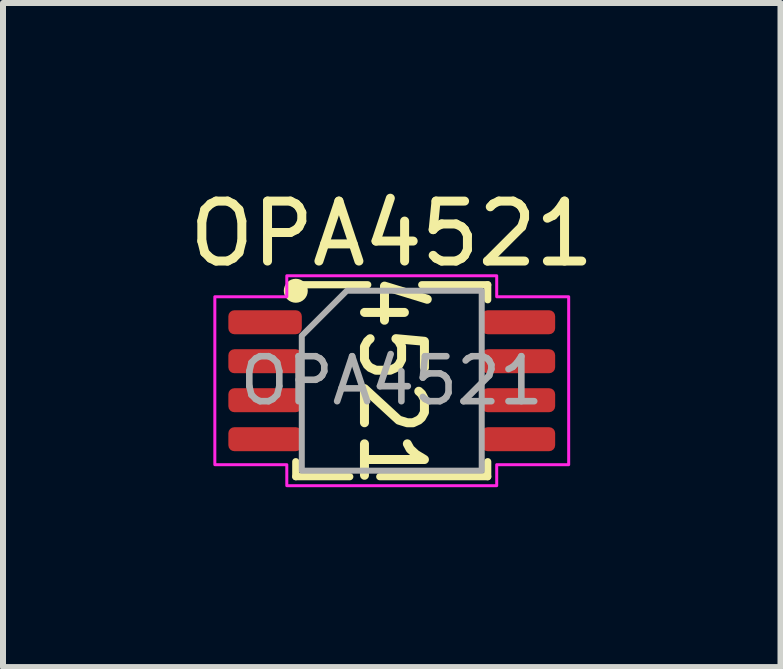
<source format=kicad_pcb>
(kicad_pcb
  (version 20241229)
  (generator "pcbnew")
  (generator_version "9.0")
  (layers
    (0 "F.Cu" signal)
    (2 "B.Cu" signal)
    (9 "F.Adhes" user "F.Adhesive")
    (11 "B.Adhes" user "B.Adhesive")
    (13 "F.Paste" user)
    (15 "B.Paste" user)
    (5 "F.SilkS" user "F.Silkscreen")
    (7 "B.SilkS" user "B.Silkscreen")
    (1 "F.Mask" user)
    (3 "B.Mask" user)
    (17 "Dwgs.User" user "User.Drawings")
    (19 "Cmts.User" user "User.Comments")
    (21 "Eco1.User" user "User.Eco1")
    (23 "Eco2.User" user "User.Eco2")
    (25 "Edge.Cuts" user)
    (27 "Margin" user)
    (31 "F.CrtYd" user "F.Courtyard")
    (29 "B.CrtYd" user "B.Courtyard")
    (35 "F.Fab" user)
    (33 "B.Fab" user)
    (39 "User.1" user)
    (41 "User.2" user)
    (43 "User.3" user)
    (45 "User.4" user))
  (footprint "OPA4521"
    (layer "F.Cu")
    (at 3.482 3.298)
    (property "Reference" "OPA4521" (at 0 -2.45 0) (layer "F.SilkS") (effects (font (size 1 1) (thickness 0.15))))
    (attr smd)
    (fp_line (start -1.6 -1.6) (end -0.4 -1.6) (stroke (width 0.12) (type solid)) (layer "F.SilkS"))
    (fp_line (start -1.6 1.6) (end -1.6 1.35) (stroke (width 0.12) (type solid)) (layer "F.SilkS"))
    (fp_line (start -0.7 1.6) (end -1.6 1.6) (stroke (width 0.12) (type solid)) (layer "F.SilkS"))
    (fp_line (start 0.5 -1.6) (end 1.6 -1.6) (stroke (width 0.12) (type solid)) (layer "F.SilkS"))
    (fp_line (start 1.6 -1.6) (end 1.6 -1.35) (stroke (width 0.12) (type solid)) (layer "F.SilkS"))
    (fp_line (start 1.6 1.35) (end 1.6 1.6) (stroke (width 0.12) (type solid)) (layer "F.SilkS"))
    (fp_line (start 1.6 1.6) (end -0.2 1.6) (stroke (width 0.12) (type solid)) (layer "F.SilkS"))
    (fp_circle (center -1.6 -1.5) (end -1.6 -1.3) (stroke (width 0) (type default)) (fill yes) (layer "F.SilkS"))
    (fp_poly (pts (xy -0.109 -1.651) (xy -0.107 -1.651) (xy -0.105 -1.65) (xy -0.099 -1.649) (xy 0.615 -1.43) (xy 0.628 -1.424) (xy 0.651 -1.405) (xy 0.665 -1.38) (xy 0.667 -1.351) (xy 0.659 -1.323) (xy 0.64 -1.3) (xy 0.614 -1.286) (xy 0.585 -1.283) (xy 0.571 -1.286) (xy -0.046 -1.476) (xy -0.046 -1.214) (xy 0.212 -1.214) (xy 0.226 -1.213) (xy 0.254 -1.201) (xy 0.274 -1.181) (xy 0.285 -1.154) (xy 0.285 -1.124) (xy 0.274 -1.097) (xy 0.254 -1.077) (xy 0.226 -1.065) (xy 0.212 -1.064) (xy -0.046 -1.064) (xy -0.046 -1.008) (xy -0.048 -0.993) (xy -0.059 -0.966) (xy -0.08 -0.945) (xy -0.107 -0.934) (xy -0.136 -0.934) (xy -0.163 -0.945) (xy -0.184 -0.966) (xy -0.195 -0.993) (xy -0.196 -1.008) (xy -0.196 -1.064) (xy -0.455 -1.064) (xy -0.469 -1.065) (xy -0.496 -1.077) (xy -0.517 -1.097) (xy -0.528 -1.124) (xy -0.528 -1.154) (xy -0.517 -1.181) (xy -0.496 -1.201) (xy -0.469 -1.213) (xy -0.455 -1.214) (xy -0.196 -1.214) (xy -0.196 -1.577) (xy -0.196 -1.583) (xy -0.196 -1.585) (xy -0.196 -1.586) (xy -0.195 -1.592) (xy -0.191 -1.602) (xy -0.188 -1.613) (xy -0.185 -1.615) (xy -0.184 -1.619) (xy -0.176 -1.627) (xy -0.169 -1.635) (xy -0.166 -1.637) (xy -0.163 -1.64) (xy -0.153 -1.644) (xy -0.143 -1.649) (xy -0.139 -1.649) (xy -0.136 -1.651) (xy -0.125 -1.651) (xy -0.114 -1.652)) (stroke (width 0) (type solid)) (fill yes) (layer "F.SilkS"))
    (fp_poly (pts (xy 0.294 0.985) (xy 0.317 1.003) (xy 0.325 1.016) (xy 0.367 1.092) (xy 0.448 1.167) (xy 0.584 1.25) (xy 0.586 1.252) (xy 0.587 1.252) (xy 0.588 1.253) (xy 0.596 1.259) (xy 0.601 1.266) (xy 0.608 1.273) (xy 0.61 1.278) (xy 0.613 1.283) (xy 0.615 1.291) (xy 0.619 1.3) (xy 0.619 1.306) (xy 0.62 1.311) (xy 0.619 1.32) (xy 0.619 1.329) (xy 0.616 1.334) (xy 0.616 1.34) (xy 0.611 1.348) (xy 0.608 1.356) (xy 0.603 1.36) (xy 0.6 1.365) (xy 0.593 1.37) (xy 0.587 1.377) (xy 0.581 1.379) (xy 0.577 1.382) (xy 0.568 1.384) (xy 0.56 1.388) (xy 0.55 1.389) (xy 0.548 1.389) (xy 0.547 1.389) (xy 0.545 1.389) (xy -0.38 1.389) (xy -0.38 1.577) (xy -0.381 1.592) (xy -0.392 1.619) (xy -0.413 1.64) (xy -0.44 1.651) (xy -0.469 1.651) (xy -0.496 1.64) (xy -0.517 1.619) (xy -0.528 1.592) (xy -0.53 1.577) (xy -0.53 1.051) (xy -0.528 1.037) (xy -0.517 1.01) (xy -0.496 0.989) (xy -0.469 0.978) (xy -0.44 0.978) (xy -0.413 0.989) (xy -0.392 1.01) (xy -0.381 1.037) (xy -0.38 1.051) (xy -0.38 1.239) (xy 0.305 1.239) (xy 0.256 1.194) (xy 0.251 1.188) (xy 0.249 1.187) (xy 0.248 1.185) (xy 0.247 1.183) (xy 0.246 1.181) (xy 0.241 1.175) (xy 0.194 1.087) (xy 0.188 1.074) (xy 0.185 1.045) (xy 0.193 1.017) (xy 0.211 0.994) (xy 0.237 0.98) (xy 0.266 0.977)) (stroke (width 0) (type solid)) (fill yes) (layer "F.SilkS"))
    (fp_poly (pts (xy -0.442 0.058) (xy -0.44 0.058) (xy -0.428 0.063) (xy -0.416 0.067) (xy -0.414 0.069) (xy -0.413 0.069) (xy -0.412 0.07) (xy -0.404 0.076) (xy 0.155 0.59) (xy 0.271 0.626) (xy 0.338 0.626) (xy 0.408 0.594) (xy 0.438 0.567) (xy 0.47 0.507) (xy 0.47 0.326) (xy 0.438 0.266) (xy 0.399 0.23) (xy 0.389 0.219) (xy 0.377 0.193) (xy 0.376 0.164) (xy 0.386 0.136) (xy 0.406 0.115) (xy 0.432 0.102) (xy 0.461 0.101) (xy 0.489 0.111) (xy 0.501 0.12) (xy 0.548 0.164) (xy 0.554 0.17) (xy 0.555 0.171) (xy 0.557 0.173) (xy 0.558 0.175) (xy 0.559 0.177) (xy 0.563 0.183) (xy 0.611 0.271) (xy 0.617 0.284) (xy 0.617 0.288) (xy 0.619 0.292) (xy 0.62 0.307) (xy 0.62 0.526) (xy 0.619 0.54) (xy 0.617 0.544) (xy 0.617 0.548) (xy 0.611 0.562) (xy 0.563 0.649) (xy 0.559 0.656) (xy 0.558 0.658) (xy 0.557 0.659) (xy 0.555 0.661) (xy 0.554 0.663) (xy 0.548 0.669) (xy 0.501 0.712) (xy 0.495 0.716) (xy 0.494 0.718) (xy 0.491 0.719) (xy 0.489 0.721) (xy 0.487 0.722) (xy 0.481 0.725) (xy 0.386 0.769) (xy 0.372 0.774) (xy 0.371 0.774) (xy 0.369 0.775) (xy 0.355 0.776) (xy 0.259 0.776) (xy 0.254 0.775) (xy 0.252 0.776) (xy 0.248 0.775) (xy 0.245 0.775) (xy 0.243 0.774) (xy 0.237 0.773) (xy 0.095 0.729) (xy 0.081 0.723) (xy 0.079 0.722) (xy 0.078 0.721) (xy 0.066 0.712) (xy -0.38 0.302) (xy -0.38 0.701) (xy -0.381 0.716) (xy -0.392 0.743) (xy -0.413 0.763) (xy -0.44 0.775) (xy -0.469 0.775) (xy -0.496 0.763) (xy -0.517 0.743) (xy -0.528 0.716) (xy -0.53 0.701) (xy -0.53 0.131) (xy -0.529 0.122) (xy -0.529 0.12) (xy -0.529 0.119) (xy -0.528 0.117) (xy -0.523 0.105) (xy -0.519 0.092) (xy -0.518 0.091) (xy -0.517 0.09) (xy -0.508 0.081) (xy -0.499 0.071) (xy -0.498 0.07) (xy -0.496 0.069) (xy -0.484 0.064) (xy -0.472 0.059) (xy -0.471 0.058) (xy -0.469 0.058) (xy -0.456 0.058) (xy -0.443 0.057)) (stroke (width 0) (type solid)) (fill yes) (layer "F.SilkS"))
    (fp_poly (pts (xy 0.552 -0.732) (xy 0.558 -0.731) (xy 0.56 -0.731) (xy 0.561 -0.73) (xy 0.566 -0.729) (xy 0.576 -0.724) (xy 0.587 -0.72) (xy 0.589 -0.717) (xy 0.592 -0.715) (xy 0.6 -0.707) (xy 0.608 -0.699) (xy 0.609 -0.696) (xy 0.611 -0.693) (xy 0.614 -0.682) (xy 0.619 -0.672) (xy 0.619 -0.667) (xy 0.62 -0.665) (xy 0.62 -0.663) (xy 0.62 -0.657) (xy 0.62 -0.219) (xy 0.619 -0.204) (xy 0.608 -0.177) (xy 0.587 -0.157) (xy 0.56 -0.145) (xy 0.531 -0.145) (xy 0.504 -0.157) (xy 0.483 -0.177) (xy 0.472 -0.204) (xy 0.47 -0.219) (xy 0.47 -0.589) (xy 0.227 -0.611) (xy 0.23 -0.605) (xy 0.236 -0.592) (xy 0.236 -0.588) (xy 0.238 -0.584) (xy 0.239 -0.57) (xy 0.239 -0.35) (xy 0.238 -0.336) (xy 0.236 -0.332) (xy 0.236 -0.328) (xy 0.23 -0.315) (xy 0.183 -0.227) (xy 0.178 -0.22) (xy 0.177 -0.219) (xy 0.176 -0.217) (xy 0.174 -0.215) (xy 0.173 -0.214) (xy 0.167 -0.208) (xy 0.12 -0.164) (xy 0.114 -0.16) (xy 0.113 -0.158) (xy 0.11 -0.157) (xy 0.108 -0.155) (xy 0.106 -0.154) (xy 0.1 -0.151) (xy 0.005 -0.107) (xy -0.009 -0.102) (xy -0.01 -0.102) (xy -0.012 -0.102) (xy -0.026 -0.1) (xy -0.264 -0.1) (xy -0.279 -0.102) (xy -0.28 -0.102) (xy -0.282 -0.102) (xy -0.296 -0.107) (xy -0.391 -0.151) (xy -0.397 -0.154) (xy -0.399 -0.155) (xy -0.401 -0.157) (xy -0.404 -0.158) (xy -0.405 -0.16) (xy -0.41 -0.164) (xy -0.458 -0.208) (xy -0.463 -0.214) (xy -0.465 -0.215) (xy -0.466 -0.217) (xy -0.468 -0.219) (xy -0.469 -0.22) (xy -0.473 -0.227) (xy -0.521 -0.315) (xy -0.526 -0.328) (xy -0.527 -0.332) (xy -0.528 -0.336) (xy -0.53 -0.35) (xy -0.53 -0.57) (xy -0.528 -0.584) (xy -0.527 -0.588) (xy -0.526 -0.592) (xy -0.521 -0.605) (xy -0.473 -0.693) (xy -0.469 -0.7) (xy -0.468 -0.701) (xy -0.466 -0.703) (xy -0.465 -0.705) (xy -0.463 -0.706) (xy -0.458 -0.712) (xy -0.41 -0.756) (xy -0.399 -0.765) (xy -0.371 -0.775) (xy -0.342 -0.774) (xy -0.315 -0.762) (xy -0.296 -0.74) (xy -0.285 -0.713) (xy -0.287 -0.683) (xy -0.299 -0.657) (xy -0.309 -0.646) (xy -0.347 -0.61) (xy -0.38 -0.55) (xy -0.38 -0.37) (xy -0.347 -0.31) (xy -0.318 -0.282) (xy -0.248 -0.25) (xy -0.043 -0.25) (xy 0.027 -0.282) (xy 0.057 -0.31) (xy 0.089 -0.37) (xy 0.089 -0.55) (xy 0.057 -0.61) (xy 0.018 -0.646) (xy 0.008 -0.657) (xy 0.006 -0.661) (xy 0.003 -0.665) (xy 0.000194 -0.674) (xy -0.004 -0.683) (xy -0.004 -0.688) (xy -0.006 -0.693) (xy -0.005 -0.703) (xy -0.005 -0.713) (xy -0.003 -0.717) (xy -0.003 -0.722) (xy 0.002 -0.731) (xy 0.005 -0.74) (xy 0.008 -0.744) (xy 0.011 -0.748) (xy 0.018 -0.754) (xy 0.025 -0.762) (xy 0.029 -0.764) (xy 0.033 -0.767) (xy 0.042 -0.77) (xy 0.051 -0.774) (xy 0.056 -0.774) (xy 0.061 -0.776) (xy 0.076 -0.776)) (stroke (width 0) (type solid)) (fill yes) (layer "F.SilkS"))
    (fp_poly (pts (xy -1.75 -1.4) (xy -1.75 -1.75) (xy 1.75 -1.75) (xy 1.75 -1.4) (xy 2.95 -1.4) (xy 2.95 1.4) (xy 1.75 1.4) (xy 1.75 1.75) (xy -1.75 1.75) (xy -1.75 1.4) (xy -2.95 1.4) (xy -2.95 -1.4)) (stroke (width 0.05) (type solid)) (fill no) (layer "F.CrtYd"))
    (fp_poly (pts (xy -0.75 -1.5) (xy 1.5 -1.5) (xy 1.5 1.5) (xy -1.5 1.5) (xy -1.5 -0.75)) (stroke (width 0.1) (type solid)) (fill no) (layer "F.Fab"))
    (fp_text user "${REFERENCE}" (at 0 0 0) (layer "F.Fab") (effects (font (size 0.75 0.75) (thickness 0.11))))
    (pad "1" smd roundrect (at -2.112 -0.975) (size 1.225 0.4) (layers "F.Cu" "F.Mask" "F.Paste") (roundrect_rratio 0.25))
    (pad "2" smd roundrect (at -2.112 -0.325) (size 1.225 0.4) (layers "F.Cu" "F.Mask" "F.Paste") (roundrect_rratio 0.25))
    (pad "3" smd roundrect (at -2.112 0.325) (size 1.225 0.4) (layers "F.Cu" "F.Mask" "F.Paste") (roundrect_rratio 0.25))
    (pad "4" smd roundrect (at -2.112 0.975) (size 1.225 0.4) (layers "F.Cu" "F.Mask" "F.Paste") (roundrect_rratio 0.25))
    (pad "5" smd roundrect (at 2.112 0.975) (size 1.225 0.4) (layers "F.Cu" "F.Mask" "F.Paste") (roundrect_rratio 0.25))
    (pad "6" smd roundrect (at 2.112 0.325) (size 1.225 0.4) (layers "F.Cu" "F.Mask" "F.Paste") (roundrect_rratio 0.25))
    (pad "7" smd roundrect (at 2.112 -0.325) (size 1.225 0.4) (layers "F.Cu" "F.Mask" "F.Paste") (roundrect_rratio 0.25))
    (pad "8" smd roundrect (at 2.112 -0.975) (size 1.225 0.4) (layers "F.Cu" "F.Mask" "F.Paste") (roundrect_rratio 0.25)))
  (gr_rect
    (start -3 -3)
    (end 9.964 8.073)
    (stroke (width 0.1) (type default))
    (fill no)
    (layer "Edge.Cuts")))
</source>
